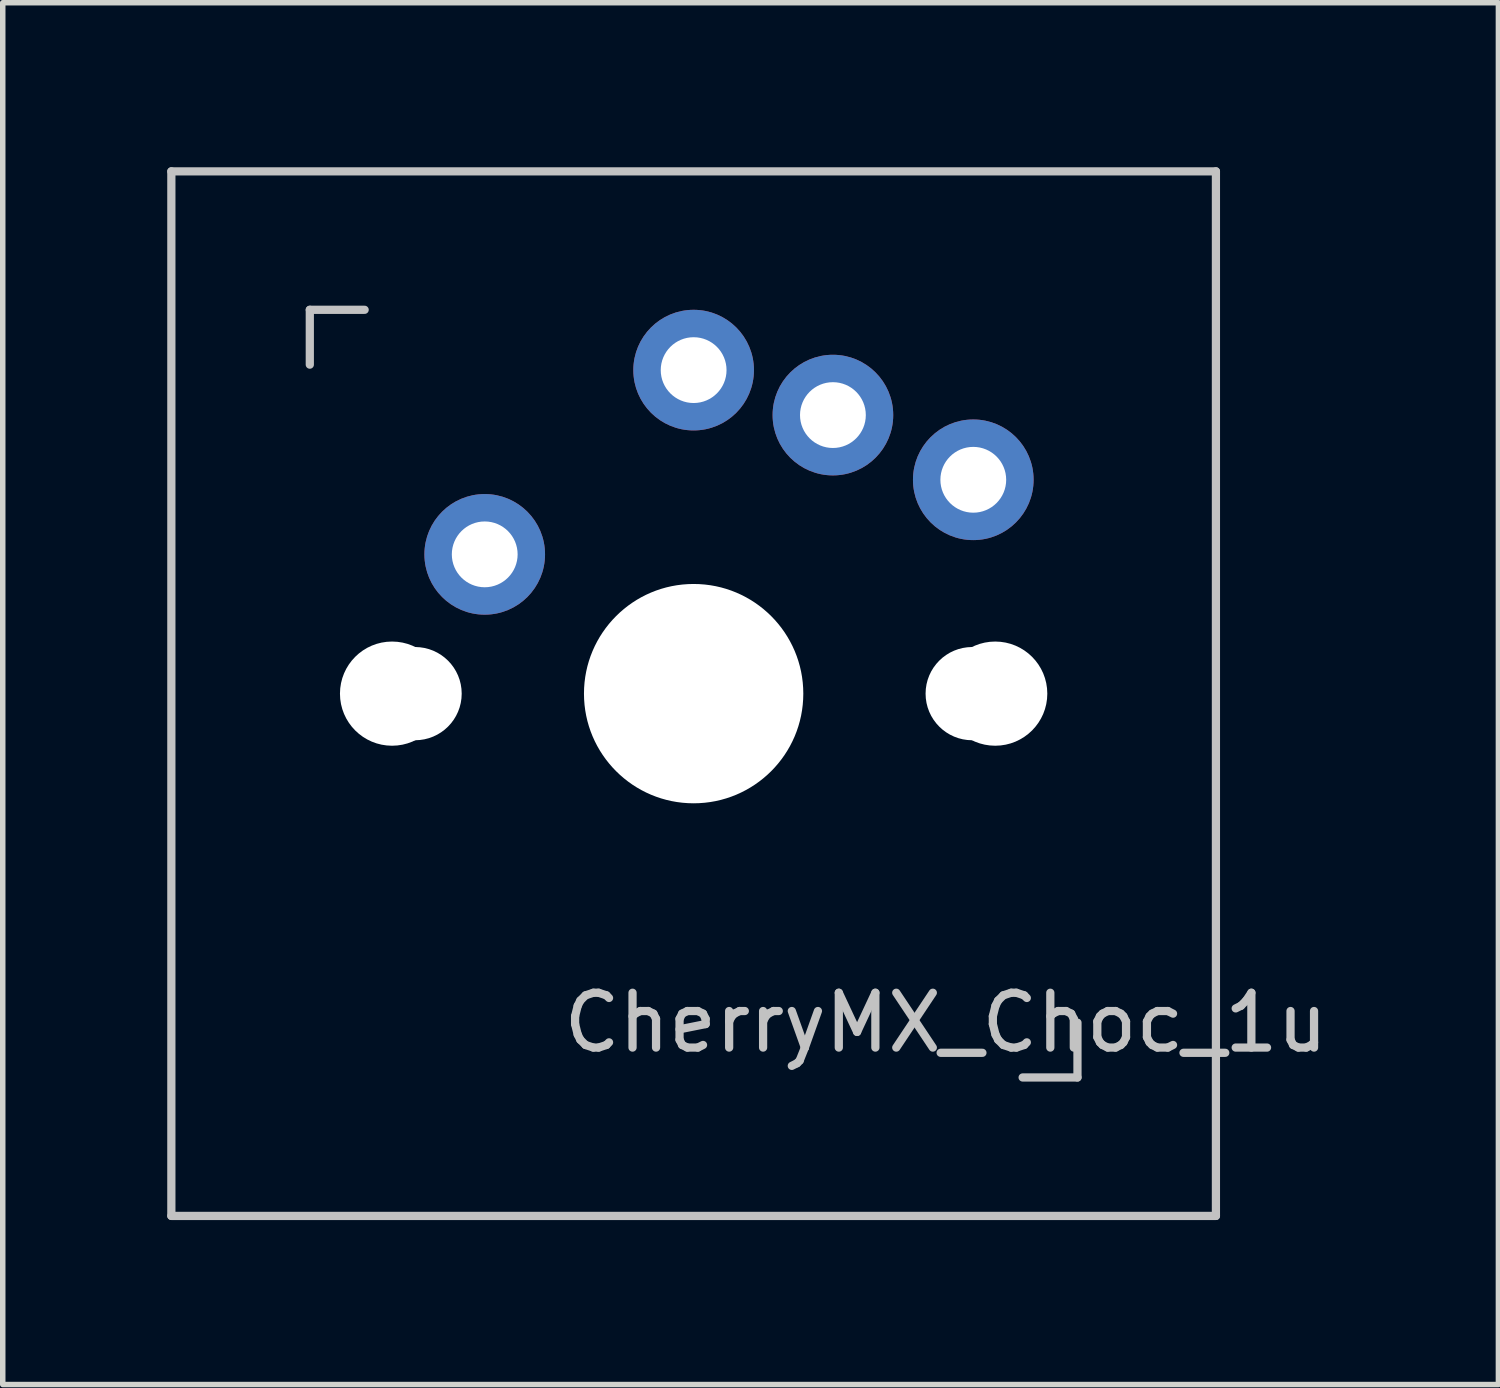
<source format=kicad_pcb>
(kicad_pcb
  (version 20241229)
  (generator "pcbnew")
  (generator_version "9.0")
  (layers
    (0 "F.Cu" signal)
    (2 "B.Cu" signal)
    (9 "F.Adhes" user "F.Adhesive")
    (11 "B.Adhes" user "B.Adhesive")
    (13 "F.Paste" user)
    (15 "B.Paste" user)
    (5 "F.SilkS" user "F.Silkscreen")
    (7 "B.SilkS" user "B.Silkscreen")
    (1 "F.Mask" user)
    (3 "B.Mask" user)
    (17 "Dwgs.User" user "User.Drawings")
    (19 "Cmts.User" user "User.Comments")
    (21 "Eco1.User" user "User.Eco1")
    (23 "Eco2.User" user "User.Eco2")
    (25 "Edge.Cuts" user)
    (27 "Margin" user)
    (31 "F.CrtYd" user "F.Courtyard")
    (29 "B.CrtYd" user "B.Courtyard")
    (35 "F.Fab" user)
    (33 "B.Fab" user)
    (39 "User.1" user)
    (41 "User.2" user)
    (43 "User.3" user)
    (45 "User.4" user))
  (footprint "CherryMX_Choc_1u"
    (layer "F.Cu")
    (at 9.6 9.6)
    (property "Reference" "CherryMX_Choc_1u" (at 4.6 6 0) (layer "Dwgs.User") (effects (font (size 1 1) (thickness 0.15))))
    (attr through_hole)
    (fp_line (start -9.525 -9.525) (end 9.525 -9.525) (stroke (width 0.15) (type solid)) (layer "Dwgs.User"))
    (fp_line (start -9.525 9.525) (end -9.525 -9.525) (stroke (width 0.15) (type solid)) (layer "Dwgs.User"))
    (fp_line (start -7 -7) (end -6 -7) (stroke (width 0.15) (type solid)) (layer "Dwgs.User"))
    (fp_line (start -7 -6) (end -7 -7) (stroke (width 0.15) (type solid)) (layer "Dwgs.User"))
    (fp_line (start 6 7) (end 7 7) (stroke (width 0.15) (type solid)) (layer "Dwgs.User"))
    (fp_line (start 7 7) (end 7 6) (stroke (width 0.15) (type solid)) (layer "Dwgs.User"))
    (fp_line (start 9.525 -9.525) (end 9.525 9.525) (stroke (width 0.15) (type solid)) (layer "Dwgs.User"))
    (fp_line (start 9.525 9.525) (end -9.525 9.525) (stroke (width 0.15) (type solid)) (layer "Dwgs.User"))
    (pad "" np_thru_hole circle (at -5.5 0 90) (size 1.9 1.9) (drill 1.9) (layers "*.Cu" "*.Mask"))
    (pad "" np_thru_hole circle (at -5.08 0) (size 1.7 1.7) (drill 1.7) (layers "*.Cu" "*.Mask"))
    (pad "" np_thru_hole circle (at 0 0 90) (size 4 4) (drill 4) (layers "*.Cu" "*.Mask"))
    (pad "" np_thru_hole circle (at 5.08 0) (size 1.7 1.7) (drill 1.7) (layers "*.Cu" "*.Mask"))
    (pad "" np_thru_hole circle (at 5.5 0 90) (size 1.9 1.9) (drill 1.9) (layers "*.Cu" "*.Mask"))
    (pad "1" thru_hole circle (at -3.81 -2.54 50) (size 2.2 2.2) (drill 1.2) (layers "*.Cu" "*.Mask"))
    (pad "1" thru_hole circle (at 5.1 -3.9 310) (size 2.2 2.2) (drill 1.2) (layers "*.Cu" "*.Mask"))
    (pad "2" thru_hole circle (at 0 -5.9 90) (size 2.2 2.2) (drill 1.2) (layers "*.Cu" "*.Mask"))
    (pad "2" thru_hole circle (at 2.54 -5.08) (size 2.2 2.2) (drill 1.2) (layers "*.Cu" "*.Mask")))
  (gr_rect
    (start -3 -3)
    (end 24.277 22.2)
    (stroke (width 0.1) (type default))
    (fill no)
    (layer "Edge.Cuts")))
</source>
